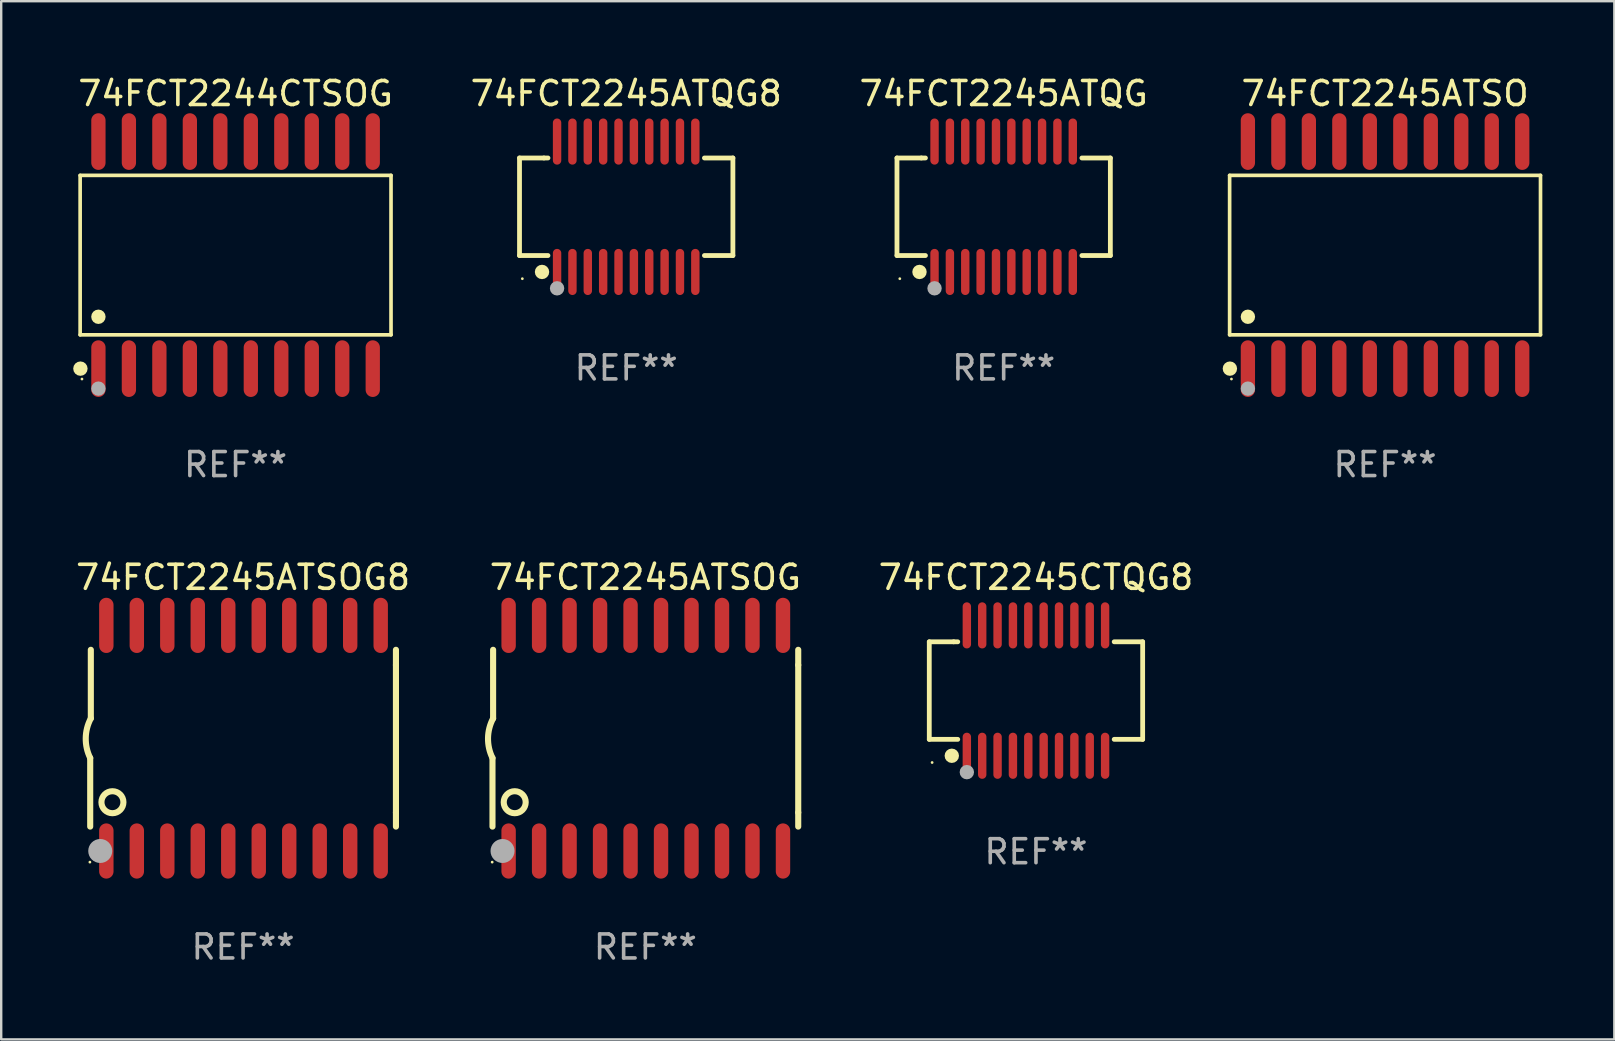
<source format=kicad_pcb>
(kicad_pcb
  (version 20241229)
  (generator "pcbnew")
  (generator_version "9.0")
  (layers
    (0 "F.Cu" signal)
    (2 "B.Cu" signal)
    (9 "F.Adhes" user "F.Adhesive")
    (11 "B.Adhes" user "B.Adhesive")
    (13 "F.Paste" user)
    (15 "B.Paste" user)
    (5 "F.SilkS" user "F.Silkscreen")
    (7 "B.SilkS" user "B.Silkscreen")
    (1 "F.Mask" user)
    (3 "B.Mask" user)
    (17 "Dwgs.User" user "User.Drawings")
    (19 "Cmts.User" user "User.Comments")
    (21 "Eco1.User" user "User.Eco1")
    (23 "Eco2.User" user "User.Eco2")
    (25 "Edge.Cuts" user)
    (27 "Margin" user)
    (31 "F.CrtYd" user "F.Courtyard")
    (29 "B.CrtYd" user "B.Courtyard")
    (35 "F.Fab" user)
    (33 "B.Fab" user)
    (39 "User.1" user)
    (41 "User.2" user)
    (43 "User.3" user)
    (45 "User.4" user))
  (footprint "74FCT2245CTQG8"
    (layer "F.Cu")
    (at 40.111 25.721)
    (property "Reference" "74FCT2245CTQG8" (at 0 -4.716 0) (layer "F.SilkS") (effects (font (size 1 1) (thickness 0.15))))
    (attr through_hole)
    (fp_line (start -4.445 -2.032) (end -4.445 2.032) (stroke (width 0.2) (type solid)) (layer "F.SilkS"))
    (fp_line (start -4.445 2.032) (end -3.259 2.032) (stroke (width 0.2) (type solid)) (layer "F.SilkS"))
    (fp_line (start -3.429 -2.032) (end -4.445 -2.032) (stroke (width 0.2) (type solid)) (layer "F.SilkS"))
    (fp_line (start -3.259 -2.032) (end -3.429 -2.032) (stroke (width 0.2) (type solid)) (layer "F.SilkS"))
    (fp_line (start 3.259 2.032) (end 4.445 2.032) (stroke (width 0.2) (type solid)) (layer "F.SilkS"))
    (fp_line (start 4.445 -2.032) (end 3.259 -2.032) (stroke (width 0.2) (type solid)) (layer "F.SilkS"))
    (fp_line (start 4.445 2.032) (end 4.445 -2.032) (stroke (width 0.2) (type solid)) (layer "F.SilkS"))
    (fp_circle (center -4.327 2.997) (end -4.297 2.997) (stroke (width 0.06) (type solid)) (fill no) (layer "F.SilkS"))
    (fp_circle (center -3.507 2.716) (end -3.357 2.716) (stroke (width 0.3) (type solid)) (fill no) (layer "F.SilkS"))
    (fp_circle (center -2.88 3.398) (end -2.73 3.398) (stroke (width 0.3) (type solid)) (fill no) (layer "F.Fab"))
    (fp_text user "REF**" (at 0 6.716 0) (layer "F.Fab") (effects (font (size 1 1) (thickness 0.15))))
    (pad "1" smd oval (at -2.88 2.716) (size 0.35 1.922) (layers "F.Cu" "F.Mask" "F.Paste"))
    (pad "2" smd oval (at -2.24 2.716) (size 0.35 1.922) (layers "F.Cu" "F.Mask" "F.Paste"))
    (pad "3" smd oval (at -1.6 2.716) (size 0.35 1.922) (layers "F.Cu" "F.Mask" "F.Paste"))
    (pad "4" smd oval (at -0.96 2.716) (size 0.35 1.922) (layers "F.Cu" "F.Mask" "F.Paste"))
    (pad "5" smd oval (at -0.32 2.716) (size 0.35 1.922) (layers "F.Cu" "F.Mask" "F.Paste"))
    (pad "6" smd oval (at 0.32 2.716) (size 0.35 1.922) (layers "F.Cu" "F.Mask" "F.Paste"))
    (pad "7" smd oval (at 0.96 2.716) (size 0.35 1.922) (layers "F.Cu" "F.Mask" "F.Paste"))
    (pad "8" smd oval (at 1.6 2.716) (size 0.35 1.922) (layers "F.Cu" "F.Mask" "F.Paste"))
    (pad "9" smd oval (at 2.24 2.716) (size 0.35 1.922) (layers "F.Cu" "F.Mask" "F.Paste"))
    (pad "10" smd oval (at 2.88 2.716) (size 0.35 1.922) (layers "F.Cu" "F.Mask" "F.Paste"))
    (pad "11" smd oval (at 2.88 -2.716) (size 0.35 1.922) (layers "F.Cu" "F.Mask" "F.Paste"))
    (pad "12" smd oval (at 2.24 -2.716) (size 0.35 1.922) (layers "F.Cu" "F.Mask" "F.Paste"))
    (pad "13" smd oval (at 1.6 -2.716) (size 0.35 1.922) (layers "F.Cu" "F.Mask" "F.Paste"))
    (pad "14" smd oval (at 0.96 -2.716) (size 0.35 1.922) (layers "F.Cu" "F.Mask" "F.Paste"))
    (pad "15" smd oval (at 0.32 -2.716) (size 0.35 1.922) (layers "F.Cu" "F.Mask" "F.Paste"))
    (pad "16" smd oval (at -0.32 -2.716) (size 0.35 1.922) (layers "F.Cu" "F.Mask" "F.Paste"))
    (pad "17" smd oval (at -0.96 -2.716) (size 0.35 1.922) (layers "F.Cu" "F.Mask" "F.Paste"))
    (pad "18" smd oval (at -1.6 -2.716) (size 0.35 1.922) (layers "F.Cu" "F.Mask" "F.Paste"))
    (pad "19" smd oval (at -2.24 -2.716) (size 0.35 1.922) (layers "F.Cu" "F.Mask" "F.Paste"))
    (pad "20" smd oval (at -2.88 -2.716) (size 0.35 1.922) (layers "F.Cu" "F.Mask" "F.Paste")))
  (footprint "74FCT2245ATQG8"
    (layer "F.Cu")
    (at 23.039 5.564)
    (property "Reference" "74FCT2245ATQG8" (at 0 -4.716 0) (layer "F.SilkS") (effects (font (size 1 1) (thickness 0.15))))
    (attr through_hole)
    (fp_line (start -4.445 -2.032) (end -4.445 2.032) (stroke (width 0.2) (type solid)) (layer "F.SilkS"))
    (fp_line (start -4.445 2.032) (end -3.259 2.032) (stroke (width 0.2) (type solid)) (layer "F.SilkS"))
    (fp_line (start -3.429 -2.032) (end -4.445 -2.032) (stroke (width 0.2) (type solid)) (layer "F.SilkS"))
    (fp_line (start -3.259 -2.032) (end -3.429 -2.032) (stroke (width 0.2) (type solid)) (layer "F.SilkS"))
    (fp_line (start 3.259 2.032) (end 4.445 2.032) (stroke (width 0.2) (type solid)) (layer "F.SilkS"))
    (fp_line (start 4.445 -2.032) (end 3.259 -2.032) (stroke (width 0.2) (type solid)) (layer "F.SilkS"))
    (fp_line (start 4.445 2.032) (end 4.445 -2.032) (stroke (width 0.2) (type solid)) (layer "F.SilkS"))
    (fp_circle (center -4.327 2.997) (end -4.297 2.997) (stroke (width 0.06) (type solid)) (fill no) (layer "F.SilkS"))
    (fp_circle (center -3.507 2.716) (end -3.357 2.716) (stroke (width 0.3) (type solid)) (fill no) (layer "F.SilkS"))
    (fp_circle (center -2.88 3.398) (end -2.73 3.398) (stroke (width 0.3) (type solid)) (fill no) (layer "F.Fab"))
    (fp_text user "REF**" (at 0 6.716 0) (layer "F.Fab") (effects (font (size 1 1) (thickness 0.15))))
    (pad "1" smd oval (at -2.88 2.716) (size 0.35 1.922) (layers "F.Cu" "F.Mask" "F.Paste"))
    (pad "2" smd oval (at -2.24 2.716) (size 0.35 1.922) (layers "F.Cu" "F.Mask" "F.Paste"))
    (pad "3" smd oval (at -1.6 2.716) (size 0.35 1.922) (layers "F.Cu" "F.Mask" "F.Paste"))
    (pad "4" smd oval (at -0.96 2.716) (size 0.35 1.922) (layers "F.Cu" "F.Mask" "F.Paste"))
    (pad "5" smd oval (at -0.32 2.716) (size 0.35 1.922) (layers "F.Cu" "F.Mask" "F.Paste"))
    (pad "6" smd oval (at 0.32 2.716) (size 0.35 1.922) (layers "F.Cu" "F.Mask" "F.Paste"))
    (pad "7" smd oval (at 0.96 2.716) (size 0.35 1.922) (layers "F.Cu" "F.Mask" "F.Paste"))
    (pad "8" smd oval (at 1.6 2.716) (size 0.35 1.922) (layers "F.Cu" "F.Mask" "F.Paste"))
    (pad "9" smd oval (at 2.24 2.716) (size 0.35 1.922) (layers "F.Cu" "F.Mask" "F.Paste"))
    (pad "10" smd oval (at 2.88 2.716) (size 0.35 1.922) (layers "F.Cu" "F.Mask" "F.Paste"))
    (pad "11" smd oval (at 2.88 -2.716) (size 0.35 1.922) (layers "F.Cu" "F.Mask" "F.Paste"))
    (pad "12" smd oval (at 2.24 -2.716) (size 0.35 1.922) (layers "F.Cu" "F.Mask" "F.Paste"))
    (pad "13" smd oval (at 1.6 -2.716) (size 0.35 1.922) (layers "F.Cu" "F.Mask" "F.Paste"))
    (pad "14" smd oval (at 0.96 -2.716) (size 0.35 1.922) (layers "F.Cu" "F.Mask" "F.Paste"))
    (pad "15" smd oval (at 0.32 -2.716) (size 0.35 1.922) (layers "F.Cu" "F.Mask" "F.Paste"))
    (pad "16" smd oval (at -0.32 -2.716) (size 0.35 1.922) (layers "F.Cu" "F.Mask" "F.Paste"))
    (pad "17" smd oval (at -0.96 -2.716) (size 0.35 1.922) (layers "F.Cu" "F.Mask" "F.Paste"))
    (pad "18" smd oval (at -1.6 -2.716) (size 0.35 1.922) (layers "F.Cu" "F.Mask" "F.Paste"))
    (pad "19" smd oval (at -2.24 -2.716) (size 0.35 1.922) (layers "F.Cu" "F.Mask" "F.Paste"))
    (pad "20" smd oval (at -2.88 -2.716) (size 0.35 1.922) (layers "F.Cu" "F.Mask" "F.Paste")))
  (footprint "74FCT2245ATQG"
    (layer "F.Cu")
    (at 38.765 5.564)
    (property "Reference" "74FCT2245ATQG" (at 0 -4.716 0) (layer "F.SilkS") (effects (font (size 1 1) (thickness 0.15))))
    (attr through_hole)
    (fp_line (start -4.445 -2.032) (end -4.445 2.032) (stroke (width 0.2) (type solid)) (layer "F.SilkS"))
    (fp_line (start -4.445 2.032) (end -3.259 2.032) (stroke (width 0.2) (type solid)) (layer "F.SilkS"))
    (fp_line (start -3.429 -2.032) (end -4.445 -2.032) (stroke (width 0.2) (type solid)) (layer "F.SilkS"))
    (fp_line (start -3.259 -2.032) (end -3.429 -2.032) (stroke (width 0.2) (type solid)) (layer "F.SilkS"))
    (fp_line (start 3.259 2.032) (end 4.445 2.032) (stroke (width 0.2) (type solid)) (layer "F.SilkS"))
    (fp_line (start 4.445 -2.032) (end 3.259 -2.032) (stroke (width 0.2) (type solid)) (layer "F.SilkS"))
    (fp_line (start 4.445 2.032) (end 4.445 -2.032) (stroke (width 0.2) (type solid)) (layer "F.SilkS"))
    (fp_circle (center -4.327 2.997) (end -4.297 2.997) (stroke (width 0.06) (type solid)) (fill no) (layer "F.SilkS"))
    (fp_circle (center -3.507 2.716) (end -3.357 2.716) (stroke (width 0.3) (type solid)) (fill no) (layer "F.SilkS"))
    (fp_circle (center -2.88 3.398) (end -2.73 3.398) (stroke (width 0.3) (type solid)) (fill no) (layer "F.Fab"))
    (fp_text user "REF**" (at 0 6.716 0) (layer "F.Fab") (effects (font (size 1 1) (thickness 0.15))))
    (pad "1" smd oval (at -2.88 2.716) (size 0.35 1.922) (layers "F.Cu" "F.Mask" "F.Paste"))
    (pad "2" smd oval (at -2.24 2.716) (size 0.35 1.922) (layers "F.Cu" "F.Mask" "F.Paste"))
    (pad "3" smd oval (at -1.6 2.716) (size 0.35 1.922) (layers "F.Cu" "F.Mask" "F.Paste"))
    (pad "4" smd oval (at -0.96 2.716) (size 0.35 1.922) (layers "F.Cu" "F.Mask" "F.Paste"))
    (pad "5" smd oval (at -0.32 2.716) (size 0.35 1.922) (layers "F.Cu" "F.Mask" "F.Paste"))
    (pad "6" smd oval (at 0.32 2.716) (size 0.35 1.922) (layers "F.Cu" "F.Mask" "F.Paste"))
    (pad "7" smd oval (at 0.96 2.716) (size 0.35 1.922) (layers "F.Cu" "F.Mask" "F.Paste"))
    (pad "8" smd oval (at 1.6 2.716) (size 0.35 1.922) (layers "F.Cu" "F.Mask" "F.Paste"))
    (pad "9" smd oval (at 2.24 2.716) (size 0.35 1.922) (layers "F.Cu" "F.Mask" "F.Paste"))
    (pad "10" smd oval (at 2.88 2.716) (size 0.35 1.922) (layers "F.Cu" "F.Mask" "F.Paste"))
    (pad "11" smd oval (at 2.88 -2.716) (size 0.35 1.922) (layers "F.Cu" "F.Mask" "F.Paste"))
    (pad "12" smd oval (at 2.24 -2.716) (size 0.35 1.922) (layers "F.Cu" "F.Mask" "F.Paste"))
    (pad "13" smd oval (at 1.6 -2.716) (size 0.35 1.922) (layers "F.Cu" "F.Mask" "F.Paste"))
    (pad "14" smd oval (at 0.96 -2.716) (size 0.35 1.922) (layers "F.Cu" "F.Mask" "F.Paste"))
    (pad "15" smd oval (at 0.32 -2.716) (size 0.35 1.922) (layers "F.Cu" "F.Mask" "F.Paste"))
    (pad "16" smd oval (at -0.32 -2.716) (size 0.35 1.922) (layers "F.Cu" "F.Mask" "F.Paste"))
    (pad "17" smd oval (at -0.96 -2.716) (size 0.35 1.922) (layers "F.Cu" "F.Mask" "F.Paste"))
    (pad "18" smd oval (at -1.6 -2.716) (size 0.35 1.922) (layers "F.Cu" "F.Mask" "F.Paste"))
    (pad "19" smd oval (at -2.24 -2.716) (size 0.35 1.922) (layers "F.Cu" "F.Mask" "F.Paste"))
    (pad "20" smd oval (at -2.88 -2.716) (size 0.35 1.922) (layers "F.Cu" "F.Mask" "F.Paste")))
  (footprint "74FCT2245ATSO"
    (layer "F.Cu")
    (at 54.655 7.578)
    (property "Reference" "74FCT2245ATSO" (at 0 -6.73 0) (layer "F.SilkS") (effects (font (size 1 1) (thickness 0.15))))
    (attr through_hole)
    (fp_line (start -6.476 -3.321) (end 6.476 -3.321) (stroke (width 0.152) (type solid)) (layer "F.SilkS"))
    (fp_line (start -6.476 3.321) (end -6.476 -3.321) (stroke (width 0.152) (type solid)) (layer "F.SilkS"))
    (fp_line (start 6.476 -3.321) (end 6.476 3.321) (stroke (width 0.152) (type solid)) (layer "F.SilkS"))
    (fp_line (start 6.476 3.321) (end -6.476 3.321) (stroke (width 0.152) (type solid)) (layer "F.SilkS"))
    (fp_circle (center -6.465 4.73) (end -6.315 4.73) (stroke (width 0.3) (type solid)) (fill no) (layer "F.SilkS"))
    (fp_circle (center -6.4 5.163) (end -6.37 5.163) (stroke (width 0.06) (type solid)) (fill no) (layer "F.SilkS"))
    (fp_circle (center -5.715 2.569) (end -5.565 2.569) (stroke (width 0.3) (type solid)) (fill no) (layer "F.SilkS"))
    (fp_circle (center -5.715 5.563) (end -5.565 5.563) (stroke (width 0.3) (type solid)) (fill no) (layer "F.Fab"))
    (fp_text user "REF**" (at 0 8.73 0) (layer "F.Fab") (effects (font (size 1 1) (thickness 0.15))))
    (pad "1" smd oval (at -5.715 4.73) (size 0.595 2.36) (layers "F.Cu" "F.Mask" "F.Paste"))
    (pad "2" smd oval (at -4.445 4.73) (size 0.595 2.36) (layers "F.Cu" "F.Mask" "F.Paste"))
    (pad "3" smd oval (at -3.175 4.73) (size 0.595 2.36) (layers "F.Cu" "F.Mask" "F.Paste"))
    (pad "4" smd oval (at -1.905 4.73) (size 0.595 2.36) (layers "F.Cu" "F.Mask" "F.Paste"))
    (pad "5" smd oval (at -0.635 4.73) (size 0.595 2.36) (layers "F.Cu" "F.Mask" "F.Paste"))
    (pad "6" smd oval (at 0.635 4.73) (size 0.595 2.36) (layers "F.Cu" "F.Mask" "F.Paste"))
    (pad "7" smd oval (at 1.905 4.73) (size 0.595 2.36) (layers "F.Cu" "F.Mask" "F.Paste"))
    (pad "8" smd oval (at 3.175 4.73) (size 0.595 2.36) (layers "F.Cu" "F.Mask" "F.Paste"))
    (pad "9" smd oval (at 4.445 4.73) (size 0.595 2.36) (layers "F.Cu" "F.Mask" "F.Paste"))
    (pad "10" smd oval (at 5.715 4.73) (size 0.595 2.36) (layers "F.Cu" "F.Mask" "F.Paste"))
    (pad "11" smd oval (at 5.715 -4.73) (size 0.595 2.36) (layers "F.Cu" "F.Mask" "F.Paste"))
    (pad "12" smd oval (at 4.445 -4.73) (size 0.595 2.36) (layers "F.Cu" "F.Mask" "F.Paste"))
    (pad "13" smd oval (at 3.175 -4.73) (size 0.595 2.36) (layers "F.Cu" "F.Mask" "F.Paste"))
    (pad "14" smd oval (at 1.905 -4.73) (size 0.595 2.36) (layers "F.Cu" "F.Mask" "F.Paste"))
    (pad "15" smd oval (at 0.635 -4.73) (size 0.595 2.36) (layers "F.Cu" "F.Mask" "F.Paste"))
    (pad "16" smd oval (at -0.635 -4.73) (size 0.595 2.36) (layers "F.Cu" "F.Mask" "F.Paste"))
    (pad "17" smd oval (at -1.905 -4.73) (size 0.595 2.36) (layers "F.Cu" "F.Mask" "F.Paste"))
    (pad "18" smd oval (at -3.175 -4.73) (size 0.595 2.36) (layers "F.Cu" "F.Mask" "F.Paste"))
    (pad "19" smd oval (at -4.445 -4.73) (size 0.595 2.36) (layers "F.Cu" "F.Mask" "F.Paste"))
    (pad "20" smd oval (at -5.715 -4.73) (size 0.595 2.36) (layers "F.Cu" "F.Mask" "F.Paste")))
  (footprint "74FCT2244CTSOG"
    (layer "F.Cu")
    (at 6.765 7.578)
    (property "Reference" "74FCT2244CTSOG" (at 0 -6.73 0) (layer "F.SilkS") (effects (font (size 1 1) (thickness 0.15))))
    (attr through_hole)
    (fp_line (start -6.476 -3.321) (end 6.476 -3.321) (stroke (width 0.152) (type solid)) (layer "F.SilkS"))
    (fp_line (start -6.476 3.321) (end -6.476 -3.321) (stroke (width 0.152) (type solid)) (layer "F.SilkS"))
    (fp_line (start 6.476 -3.321) (end 6.476 3.321) (stroke (width 0.152) (type solid)) (layer "F.SilkS"))
    (fp_line (start 6.476 3.321) (end -6.476 3.321) (stroke (width 0.152) (type solid)) (layer "F.SilkS"))
    (fp_circle (center -6.465 4.73) (end -6.315 4.73) (stroke (width 0.3) (type solid)) (fill no) (layer "F.SilkS"))
    (fp_circle (center -6.4 5.163) (end -6.37 5.163) (stroke (width 0.06) (type solid)) (fill no) (layer "F.SilkS"))
    (fp_circle (center -5.715 2.569) (end -5.565 2.569) (stroke (width 0.3) (type solid)) (fill no) (layer "F.SilkS"))
    (fp_circle (center -5.715 5.563) (end -5.565 5.563) (stroke (width 0.3) (type solid)) (fill no) (layer "F.Fab"))
    (fp_text user "REF**" (at 0 8.73 0) (layer "F.Fab") (effects (font (size 1 1) (thickness 0.15))))
    (pad "1" smd oval (at -5.715 4.73) (size 0.595 2.36) (layers "F.Cu" "F.Mask" "F.Paste"))
    (pad "2" smd oval (at -4.445 4.73) (size 0.595 2.36) (layers "F.Cu" "F.Mask" "F.Paste"))
    (pad "3" smd oval (at -3.175 4.73) (size 0.595 2.36) (layers "F.Cu" "F.Mask" "F.Paste"))
    (pad "4" smd oval (at -1.905 4.73) (size 0.595 2.36) (layers "F.Cu" "F.Mask" "F.Paste"))
    (pad "5" smd oval (at -0.635 4.73) (size 0.595 2.36) (layers "F.Cu" "F.Mask" "F.Paste"))
    (pad "6" smd oval (at 0.635 4.73) (size 0.595 2.36) (layers "F.Cu" "F.Mask" "F.Paste"))
    (pad "7" smd oval (at 1.905 4.73) (size 0.595 2.36) (layers "F.Cu" "F.Mask" "F.Paste"))
    (pad "8" smd oval (at 3.175 4.73) (size 0.595 2.36) (layers "F.Cu" "F.Mask" "F.Paste"))
    (pad "9" smd oval (at 4.445 4.73) (size 0.595 2.36) (layers "F.Cu" "F.Mask" "F.Paste"))
    (pad "10" smd oval (at 5.715 4.73) (size 0.595 2.36) (layers "F.Cu" "F.Mask" "F.Paste"))
    (pad "11" smd oval (at 5.715 -4.73) (size 0.595 2.36) (layers "F.Cu" "F.Mask" "F.Paste"))
    (pad "12" smd oval (at 4.445 -4.73) (size 0.595 2.36) (layers "F.Cu" "F.Mask" "F.Paste"))
    (pad "13" smd oval (at 3.175 -4.73) (size 0.595 2.36) (layers "F.Cu" "F.Mask" "F.Paste"))
    (pad "14" smd oval (at 1.905 -4.73) (size 0.595 2.36) (layers "F.Cu" "F.Mask" "F.Paste"))
    (pad "15" smd oval (at 0.635 -4.73) (size 0.595 2.36) (layers "F.Cu" "F.Mask" "F.Paste"))
    (pad "16" smd oval (at -0.635 -4.73) (size 0.595 2.36) (layers "F.Cu" "F.Mask" "F.Paste"))
    (pad "17" smd oval (at -1.905 -4.73) (size 0.595 2.36) (layers "F.Cu" "F.Mask" "F.Paste"))
    (pad "18" smd oval (at -3.175 -4.73) (size 0.595 2.36) (layers "F.Cu" "F.Mask" "F.Paste"))
    (pad "19" smd oval (at -4.445 -4.73) (size 0.595 2.36) (layers "F.Cu" "F.Mask" "F.Paste"))
    (pad "20" smd oval (at -5.715 -4.73) (size 0.595 2.36) (layers "F.Cu" "F.Mask" "F.Paste")))
  (footprint "74FCT2245ATSOG"
    (layer "F.Cu")
    (at 23.837 27.705)
    (property "Reference" "74FCT2245ATSOG" (at 0 -6.7 0) (layer "F.SilkS") (effects (font (size 1 1) (thickness 0.15))))
    (attr through_hole)
    (fp_line (start -6.369 0.826) (end -6.369 3.683) (stroke (width 0.254) (type solid)) (layer "F.SilkS"))
    (fp_line (start -6.343 -0.825) (end -6.343 -3.683) (stroke (width 0.254) (type solid)) (layer "F.SilkS"))
    (fp_line (start 6.369 -3.048) (end 6.369 -3.683) (stroke (width 0.254) (type solid)) (layer "F.SilkS"))
    (fp_line (start 6.369 -3.048) (end 6.369 3.096) (stroke (width 0.254) (type solid)) (layer "F.SilkS"))
    (fp_line (start 6.369 3.096) (end 6.369 3.683) (stroke (width 0.254) (type solid)) (layer "F.SilkS"))
    (fp_arc (start -6.36853 0.825552) (mid -6.554743 -0.00301) (end -6.343129 -0.825451) (stroke (width 0.254001) (type solid)) (layer "F.SilkS"))
    (fp_circle (center -6.382 5.163) (end -6.352 5.163) (stroke (width 0.06) (type solid)) (fill no) (layer "F.SilkS"))
    (fp_circle (center -5.443 2.667) (end -4.985 2.667) (stroke (width 0.254) (type solid)) (fill no) (layer "F.SilkS"))
    (fp_circle (center -5.951 4.699) (end -5.701 4.699) (stroke (width 0.5) (type solid)) (fill no) (layer "F.Fab"))
    (fp_text user "REF**" (at 0 8.7 0) (layer "F.Fab") (effects (font (size 1 1) (thickness 0.15))))
    (pad "1" smd oval (at -5.697 4.7 180) (size 0.6 2.3) (layers "F.Cu" "F.Mask" "F.Paste"))
    (pad "2" smd oval (at -4.427 4.7 180) (size 0.6 2.3) (layers "F.Cu" "F.Mask" "F.Paste"))
    (pad "3" smd oval (at -3.157 4.7 180) (size 0.6 2.3) (layers "F.Cu" "F.Mask" "F.Paste"))
    (pad "4" smd oval (at -1.887 4.7 180) (size 0.6 2.3) (layers "F.Cu" "F.Mask" "F.Paste"))
    (pad "5" smd oval (at -0.617 4.7 180) (size 0.6 2.3) (layers "F.Cu" "F.Mask" "F.Paste"))
    (pad "6" smd oval (at 0.653 4.7 180) (size 0.6 2.3) (layers "F.Cu" "F.Mask" "F.Paste"))
    (pad "7" smd oval (at 1.923 4.7 180) (size 0.6 2.3) (layers "F.Cu" "F.Mask" "F.Paste"))
    (pad "8" smd oval (at 3.193 4.7 180) (size 0.6 2.3) (layers "F.Cu" "F.Mask" "F.Paste"))
    (pad "9" smd oval (at 4.463 4.7 180) (size 0.6 2.3) (layers "F.Cu" "F.Mask" "F.Paste"))
    (pad "10" smd oval (at 5.734 4.7 180) (size 0.6 2.3) (layers "F.Cu" "F.Mask" "F.Paste"))
    (pad "11" smd oval (at 5.734 -4.7 180) (size 0.6 2.3) (layers "F.Cu" "F.Mask" "F.Paste"))
    (pad "12" smd oval (at 4.463 -4.7 180) (size 0.6 2.3) (layers "F.Cu" "F.Mask" "F.Paste"))
    (pad "13" smd oval (at 3.193 -4.7 180) (size 0.6 2.3) (layers "F.Cu" "F.Mask" "F.Paste"))
    (pad "14" smd oval (at 1.923 -4.7 180) (size 0.6 2.3) (layers "F.Cu" "F.Mask" "F.Paste"))
    (pad "15" smd oval (at 0.653 -4.7 180) (size 0.6 2.3) (layers "F.Cu" "F.Mask" "F.Paste"))
    (pad "16" smd oval (at -0.617 -4.7 180) (size 0.6 2.3) (layers "F.Cu" "F.Mask" "F.Paste"))
    (pad "17" smd oval (at -1.887 -4.7 180) (size 0.6 2.3) (layers "F.Cu" "F.Mask" "F.Paste"))
    (pad "18" smd oval (at -3.157 -4.7 180) (size 0.6 2.3) (layers "F.Cu" "F.Mask" "F.Paste"))
    (pad "19" smd oval (at -4.427 -4.7 180) (size 0.6 2.3) (layers "F.Cu" "F.Mask" "F.Paste"))
    (pad "20" smd oval (at -5.697 -4.7 180) (size 0.6 2.3) (layers "F.Cu" "F.Mask" "F.Paste")))
  (footprint "74FCT2245ATSOG8"
    (layer "F.Cu")
    (at 7.077 27.705)
    (property "Reference" "74FCT2245ATSOG8" (at 0 -6.7 0) (layer "F.SilkS") (effects (font (size 1 1) (thickness 0.15))))
    (attr through_hole)
    (fp_line (start -6.369 0.826) (end -6.369 3.683) (stroke (width 0.254) (type solid)) (layer "F.SilkS"))
    (fp_line (start -6.343 -0.825) (end -6.343 -3.683) (stroke (width 0.254) (type solid)) (layer "F.SilkS"))
    (fp_line (start 6.369 -3.048) (end 6.369 -3.683) (stroke (width 0.254) (type solid)) (layer "F.SilkS"))
    (fp_line (start 6.369 -3.048) (end 6.369 3.096) (stroke (width 0.254) (type solid)) (layer "F.SilkS"))
    (fp_line (start 6.369 3.096) (end 6.369 3.683) (stroke (width 0.254) (type solid)) (layer "F.SilkS"))
    (fp_arc (start -6.36853 0.825552) (mid -6.554743 -0.00301) (end -6.343129 -0.825451) (stroke (width 0.254001) (type solid)) (layer "F.SilkS"))
    (fp_circle (center -6.382 5.163) (end -6.352 5.163) (stroke (width 0.06) (type solid)) (fill no) (layer "F.SilkS"))
    (fp_circle (center -5.443 2.667) (end -4.985 2.667) (stroke (width 0.254) (type solid)) (fill no) (layer "F.SilkS"))
    (fp_circle (center -5.951 4.699) (end -5.701 4.699) (stroke (width 0.5) (type solid)) (fill no) (layer "F.Fab"))
    (fp_text user "REF**" (at 0 8.7 0) (layer "F.Fab") (effects (font (size 1 1) (thickness 0.15))))
    (pad "1" smd oval (at -5.697 4.7 180) (size 0.6 2.3) (layers "F.Cu" "F.Mask" "F.Paste"))
    (pad "2" smd oval (at -4.427 4.7 180) (size 0.6 2.3) (layers "F.Cu" "F.Mask" "F.Paste"))
    (pad "3" smd oval (at -3.157 4.7 180) (size 0.6 2.3) (layers "F.Cu" "F.Mask" "F.Paste"))
    (pad "4" smd oval (at -1.887 4.7 180) (size 0.6 2.3) (layers "F.Cu" "F.Mask" "F.Paste"))
    (pad "5" smd oval (at -0.617 4.7 180) (size 0.6 2.3) (layers "F.Cu" "F.Mask" "F.Paste"))
    (pad "6" smd oval (at 0.653 4.7 180) (size 0.6 2.3) (layers "F.Cu" "F.Mask" "F.Paste"))
    (pad "7" smd oval (at 1.923 4.7 180) (size 0.6 2.3) (layers "F.Cu" "F.Mask" "F.Paste"))
    (pad "8" smd oval (at 3.193 4.7 180) (size 0.6 2.3) (layers "F.Cu" "F.Mask" "F.Paste"))
    (pad "9" smd oval (at 4.463 4.7 180) (size 0.6 2.3) (layers "F.Cu" "F.Mask" "F.Paste"))
    (pad "10" smd oval (at 5.734 4.7 180) (size 0.6 2.3) (layers "F.Cu" "F.Mask" "F.Paste"))
    (pad "11" smd oval (at 5.734 -4.7 180) (size 0.6 2.3) (layers "F.Cu" "F.Mask" "F.Paste"))
    (pad "12" smd oval (at 4.463 -4.7 180) (size 0.6 2.3) (layers "F.Cu" "F.Mask" "F.Paste"))
    (pad "13" smd oval (at 3.193 -4.7 180) (size 0.6 2.3) (layers "F.Cu" "F.Mask" "F.Paste"))
    (pad "14" smd oval (at 1.923 -4.7 180) (size 0.6 2.3) (layers "F.Cu" "F.Mask" "F.Paste"))
    (pad "15" smd oval (at 0.653 -4.7 180) (size 0.6 2.3) (layers "F.Cu" "F.Mask" "F.Paste"))
    (pad "16" smd oval (at -0.617 -4.7 180) (size 0.6 2.3) (layers "F.Cu" "F.Mask" "F.Paste"))
    (pad "17" smd oval (at -1.887 -4.7 180) (size 0.6 2.3) (layers "F.Cu" "F.Mask" "F.Paste"))
    (pad "18" smd oval (at -3.157 -4.7 180) (size 0.6 2.3) (layers "F.Cu" "F.Mask" "F.Paste"))
    (pad "19" smd oval (at -4.427 -4.7 180) (size 0.6 2.3) (layers "F.Cu" "F.Mask" "F.Paste"))
    (pad "20" smd oval (at -5.697 -4.7 180) (size 0.6 2.3) (layers "F.Cu" "F.Mask" "F.Paste")))
  (gr_rect
    (start -3 -3)
    (end 64.207 40.253)
    (stroke (width 0.1) (type default))
    (fill no)
    (layer "Edge.Cuts")))
</source>
